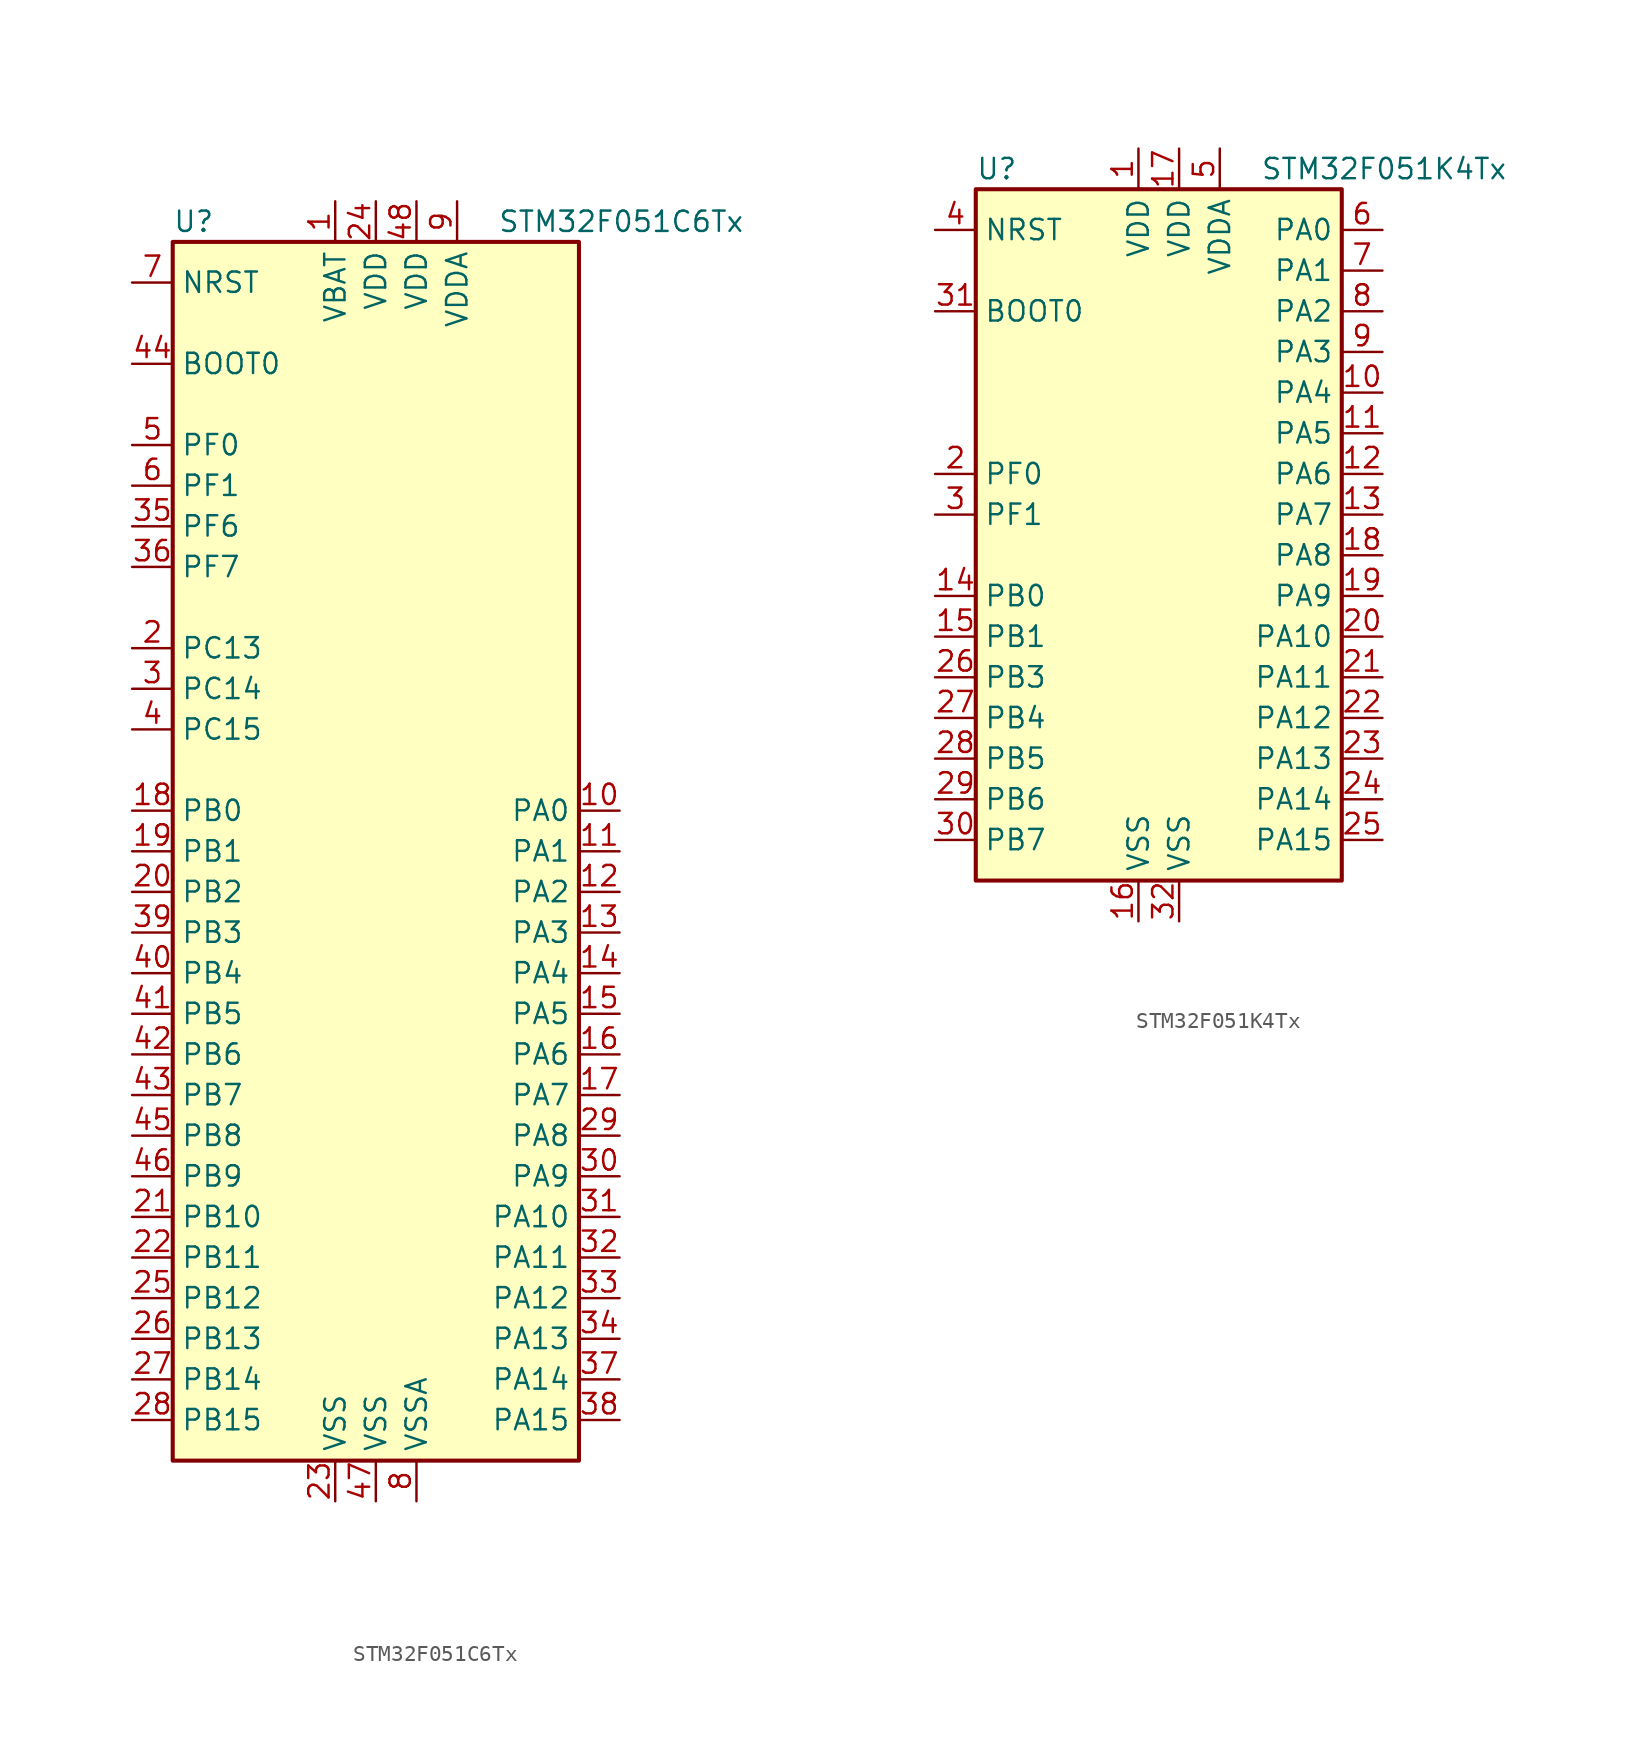
<source format=kicad_sym>
(kicad_symbol_lib
  (version 20201005)
  (generator kicad_symbol_editor)
  (symbol "STM32F051C6Tx"
    (property "Reference" "U"
      (at -12.7 39.37 0)
      (effects (font (size 1.27 1.27)) (justify left)))
    (property "Value" "STM32F051C6Tx"
      (at 7.62 39.37 0)
      (effects (font (size 1.27 1.27)) (justify left)))
    (symbol "STM32F051C6Tx_0_1"
      (rectangle (start -12.7 -38.1) (end 12.7 38.1) (stroke (width 0.254)) (fill (type background))))
    (symbol "STM32F051C6Tx_1_1"
      (pin input line (at -15.24 30.48 0) (length 2.54) (name "BOOT0" (effects (font (size 1.27 1.27)))) (number "44" (effects (font (size 1.27 1.27)))))
      (pin input line (at -15.24 35.56 0) (length 2.54) (name "NRST" (effects (font (size 1.27 1.27)))) (number "7" (effects (font (size 1.27 1.27)))))
      (pin bidirectional line (at 15.24 2.54 180) (length 2.54) (name "PA0" (effects (font (size 1.27 1.27)))) (number "10" (effects (font (size 1.27 1.27)))))
      (pin bidirectional line (at 15.24 0 180) (length 2.54) (name "PA1" (effects (font (size 1.27 1.27)))) (number "11" (effects (font (size 1.27 1.27)))))
      (pin bidirectional line (at 15.24 -22.86 180) (length 2.54) (name "PA10" (effects (font (size 1.27 1.27)))) (number "31" (effects (font (size 1.27 1.27)))))
      (pin bidirectional line (at 15.24 -25.4 180) (length 2.54) (name "PA11" (effects (font (size 1.27 1.27)))) (number "32" (effects (font (size 1.27 1.27)))))
      (pin bidirectional line (at 15.24 -27.94 180) (length 2.54) (name "PA12" (effects (font (size 1.27 1.27)))) (number "33" (effects (font (size 1.27 1.27)))))
      (pin bidirectional line (at 15.24 -30.48 180) (length 2.54) (name "PA13" (effects (font (size 1.27 1.27)))) (number "34" (effects (font (size 1.27 1.27)))))
      (pin bidirectional line (at 15.24 -33.02 180) (length 2.54) (name "PA14" (effects (font (size 1.27 1.27)))) (number "37" (effects (font (size 1.27 1.27)))))
      (pin bidirectional line (at 15.24 -35.56 180) (length 2.54) (name "PA15" (effects (font (size 1.27 1.27)))) (number "38" (effects (font (size 1.27 1.27)))))
      (pin bidirectional line (at 15.24 -2.54 180) (length 2.54) (name "PA2" (effects (font (size 1.27 1.27)))) (number "12" (effects (font (size 1.27 1.27)))))
      (pin bidirectional line (at 15.24 -5.08 180) (length 2.54) (name "PA3" (effects (font (size 1.27 1.27)))) (number "13" (effects (font (size 1.27 1.27)))))
      (pin bidirectional line (at 15.24 -7.62 180) (length 2.54) (name "PA4" (effects (font (size 1.27 1.27)))) (number "14" (effects (font (size 1.27 1.27)))))
      (pin bidirectional line (at 15.24 -10.16 180) (length 2.54) (name "PA5" (effects (font (size 1.27 1.27)))) (number "15" (effects (font (size 1.27 1.27)))))
      (pin bidirectional line (at 15.24 -12.7 180) (length 2.54) (name "PA6" (effects (font (size 1.27 1.27)))) (number "16" (effects (font (size 1.27 1.27)))))
      (pin bidirectional line (at 15.24 -15.24 180) (length 2.54) (name "PA7" (effects (font (size 1.27 1.27)))) (number "17" (effects (font (size 1.27 1.27)))))
      (pin bidirectional line (at 15.24 -17.78 180) (length 2.54) (name "PA8" (effects (font (size 1.27 1.27)))) (number "29" (effects (font (size 1.27 1.27)))))
      (pin bidirectional line (at 15.24 -20.32 180) (length 2.54) (name "PA9" (effects (font (size 1.27 1.27)))) (number "30" (effects (font (size 1.27 1.27)))))
      (pin bidirectional line (at -15.24 2.54 0) (length 2.54) (name "PB0" (effects (font (size 1.27 1.27)))) (number "18" (effects (font (size 1.27 1.27)))))
      (pin bidirectional line (at -15.24 0 0) (length 2.54) (name "PB1" (effects (font (size 1.27 1.27)))) (number "19" (effects (font (size 1.27 1.27)))))
      (pin bidirectional line (at -15.24 -22.86 0) (length 2.54) (name "PB10" (effects (font (size 1.27 1.27)))) (number "21" (effects (font (size 1.27 1.27)))))
      (pin bidirectional line (at -15.24 -25.4 0) (length 2.54) (name "PB11" (effects (font (size 1.27 1.27)))) (number "22" (effects (font (size 1.27 1.27)))))
      (pin bidirectional line (at -15.24 -27.94 0) (length 2.54) (name "PB12" (effects (font (size 1.27 1.27)))) (number "25" (effects (font (size 1.27 1.27)))))
      (pin bidirectional line (at -15.24 -30.48 0) (length 2.54) (name "PB13" (effects (font (size 1.27 1.27)))) (number "26" (effects (font (size 1.27 1.27)))))
      (pin bidirectional line (at -15.24 -33.02 0) (length 2.54) (name "PB14" (effects (font (size 1.27 1.27)))) (number "27" (effects (font (size 1.27 1.27)))))
      (pin bidirectional line (at -15.24 -35.56 0) (length 2.54) (name "PB15" (effects (font (size 1.27 1.27)))) (number "28" (effects (font (size 1.27 1.27)))))
      (pin bidirectional line (at -15.24 -2.54 0) (length 2.54) (name "PB2" (effects (font (size 1.27 1.27)))) (number "20" (effects (font (size 1.27 1.27)))))
      (pin bidirectional line (at -15.24 -5.08 0) (length 2.54) (name "PB3" (effects (font (size 1.27 1.27)))) (number "39" (effects (font (size 1.27 1.27)))))
      (pin bidirectional line (at -15.24 -7.62 0) (length 2.54) (name "PB4" (effects (font (size 1.27 1.27)))) (number "40" (effects (font (size 1.27 1.27)))))
      (pin bidirectional line (at -15.24 -10.16 0) (length 2.54) (name "PB5" (effects (font (size 1.27 1.27)))) (number "41" (effects (font (size 1.27 1.27)))))
      (pin bidirectional line (at -15.24 -12.7 0) (length 2.54) (name "PB6" (effects (font (size 1.27 1.27)))) (number "42" (effects (font (size 1.27 1.27)))))
      (pin bidirectional line (at -15.24 -15.24 0) (length 2.54) (name "PB7" (effects (font (size 1.27 1.27)))) (number "43" (effects (font (size 1.27 1.27)))))
      (pin bidirectional line (at -15.24 -17.78 0) (length 2.54) (name "PB8" (effects (font (size 1.27 1.27)))) (number "45" (effects (font (size 1.27 1.27)))))
      (pin bidirectional line (at -15.24 -20.32 0) (length 2.54) (name "PB9" (effects (font (size 1.27 1.27)))) (number "46" (effects (font (size 1.27 1.27)))))
      (pin bidirectional line (at -15.24 12.7 0) (length 2.54) (name "PC13" (effects (font (size 1.27 1.27)))) (number "2" (effects (font (size 1.27 1.27)))))
      (pin bidirectional line (at -15.24 10.16 0) (length 2.54) (name "PC14" (effects (font (size 1.27 1.27)))) (number "3" (effects (font (size 1.27 1.27)))))
      (pin bidirectional line (at -15.24 7.62 0) (length 2.54) (name "PC15" (effects (font (size 1.27 1.27)))) (number "4" (effects (font (size 1.27 1.27)))))
      (pin input line (at -15.24 25.4 0) (length 2.54) (name "PF0" (effects (font (size 1.27 1.27)))) (number "5" (effects (font (size 1.27 1.27)))))
      (pin input line (at -15.24 22.86 0) (length 2.54) (name "PF1" (effects (font (size 1.27 1.27)))) (number "6" (effects (font (size 1.27 1.27)))))
      (pin bidirectional line (at -15.24 20.32 0) (length 2.54) (name "PF6" (effects (font (size 1.27 1.27)))) (number "35" (effects (font (size 1.27 1.27)))))
      (pin bidirectional line (at -15.24 17.78 0) (length 2.54) (name "PF7" (effects (font (size 1.27 1.27)))) (number "36" (effects (font (size 1.27 1.27)))))
      (pin power_in line (at -2.54 40.64 270) (length 2.54) (name "VBAT" (effects (font (size 1.27 1.27)))) (number "1" (effects (font (size 1.27 1.27)))))
      (pin power_in line (at 0 40.64 270) (length 2.54) (name "VDD" (effects (font (size 1.27 1.27)))) (number "24" (effects (font (size 1.27 1.27)))))
      (pin power_in line (at 2.54 40.64 270) (length 2.54) (name "VDD" (effects (font (size 1.27 1.27)))) (number "48" (effects (font (size 1.27 1.27)))))
      (pin power_in line (at 5.08 40.64 270) (length 2.54) (name "VDDA" (effects (font (size 1.27 1.27)))) (number "9" (effects (font (size 1.27 1.27)))))
      (pin power_in line (at -2.54 -40.64 90) (length 2.54) (name "VSS" (effects (font (size 1.27 1.27)))) (number "23" (effects (font (size 1.27 1.27)))))
      (pin power_in line (at 0 -40.64 90) (length 2.54) (name "VSS" (effects (font (size 1.27 1.27)))) (number "47" (effects (font (size 1.27 1.27)))))
      (pin power_in line (at 2.54 -40.64 90) (length 2.54) (name "VSSA" (effects (font (size 1.27 1.27)))) (number "8" (effects (font (size 1.27 1.27)))))))
  (symbol "STM32F051K4Tx"
    (property "Reference" "U"
      (at -12.7 21.59 0)
      (effects (font (size 1.27 1.27)) (justify left)))
    (property "Value" "STM32F051K4Tx"
      (at 5.08 21.59 0)
      (effects (font (size 1.27 1.27)) (justify left)))
    (symbol "STM32F051K4Tx_0_1"
      (rectangle (start -12.7 -22.86) (end 10.16 20.32) (stroke (width 0.254)) (fill (type background))))
    (symbol "STM32F051K4Tx_1_1"
      (pin input line (at -15.24 12.7 0) (length 2.54) (name "BOOT0" (effects (font (size 1.27 1.27)))) (number "31" (effects (font (size 1.27 1.27)))))
      (pin input line (at -15.24 17.78 0) (length 2.54) (name "NRST" (effects (font (size 1.27 1.27)))) (number "4" (effects (font (size 1.27 1.27)))))
      (pin bidirectional line (at 12.7 17.78 180) (length 2.54) (name "PA0" (effects (font (size 1.27 1.27)))) (number "6" (effects (font (size 1.27 1.27)))))
      (pin bidirectional line (at 12.7 15.24 180) (length 2.54) (name "PA1" (effects (font (size 1.27 1.27)))) (number "7" (effects (font (size 1.27 1.27)))))
      (pin bidirectional line (at 12.7 -7.62 180) (length 2.54) (name "PA10" (effects (font (size 1.27 1.27)))) (number "20" (effects (font (size 1.27 1.27)))))
      (pin bidirectional line (at 12.7 -10.16 180) (length 2.54) (name "PA11" (effects (font (size 1.27 1.27)))) (number "21" (effects (font (size 1.27 1.27)))))
      (pin bidirectional line (at 12.7 -12.7 180) (length 2.54) (name "PA12" (effects (font (size 1.27 1.27)))) (number "22" (effects (font (size 1.27 1.27)))))
      (pin bidirectional line (at 12.7 -15.24 180) (length 2.54) (name "PA13" (effects (font (size 1.27 1.27)))) (number "23" (effects (font (size 1.27 1.27)))))
      (pin bidirectional line (at 12.7 -17.78 180) (length 2.54) (name "PA14" (effects (font (size 1.27 1.27)))) (number "24" (effects (font (size 1.27 1.27)))))
      (pin bidirectional line (at 12.7 -20.32 180) (length 2.54) (name "PA15" (effects (font (size 1.27 1.27)))) (number "25" (effects (font (size 1.27 1.27)))))
      (pin bidirectional line (at 12.7 12.7 180) (length 2.54) (name "PA2" (effects (font (size 1.27 1.27)))) (number "8" (effects (font (size 1.27 1.27)))))
      (pin bidirectional line (at 12.7 10.16 180) (length 2.54) (name "PA3" (effects (font (size 1.27 1.27)))) (number "9" (effects (font (size 1.27 1.27)))))
      (pin bidirectional line (at 12.7 7.62 180) (length 2.54) (name "PA4" (effects (font (size 1.27 1.27)))) (number "10" (effects (font (size 1.27 1.27)))))
      (pin bidirectional line (at 12.7 5.08 180) (length 2.54) (name "PA5" (effects (font (size 1.27 1.27)))) (number "11" (effects (font (size 1.27 1.27)))))
      (pin bidirectional line (at 12.7 2.54 180) (length 2.54) (name "PA6" (effects (font (size 1.27 1.27)))) (number "12" (effects (font (size 1.27 1.27)))))
      (pin bidirectional line (at 12.7 0 180) (length 2.54) (name "PA7" (effects (font (size 1.27 1.27)))) (number "13" (effects (font (size 1.27 1.27)))))
      (pin bidirectional line (at 12.7 -2.54 180) (length 2.54) (name "PA8" (effects (font (size 1.27 1.27)))) (number "18" (effects (font (size 1.27 1.27)))))
      (pin bidirectional line (at 12.7 -5.08 180) (length 2.54) (name "PA9" (effects (font (size 1.27 1.27)))) (number "19" (effects (font (size 1.27 1.27)))))
      (pin bidirectional line (at -15.24 -5.08 0) (length 2.54) (name "PB0" (effects (font (size 1.27 1.27)))) (number "14" (effects (font (size 1.27 1.27)))))
      (pin bidirectional line (at -15.24 -7.62 0) (length 2.54) (name "PB1" (effects (font (size 1.27 1.27)))) (number "15" (effects (font (size 1.27 1.27)))))
      (pin bidirectional line (at -15.24 -10.16 0) (length 2.54) (name "PB3" (effects (font (size 1.27 1.27)))) (number "26" (effects (font (size 1.27 1.27)))))
      (pin bidirectional line (at -15.24 -12.7 0) (length 2.54) (name "PB4" (effects (font (size 1.27 1.27)))) (number "27" (effects (font (size 1.27 1.27)))))
      (pin bidirectional line (at -15.24 -15.24 0) (length 2.54) (name "PB5" (effects (font (size 1.27 1.27)))) (number "28" (effects (font (size 1.27 1.27)))))
      (pin bidirectional line (at -15.24 -17.78 0) (length 2.54) (name "PB6" (effects (font (size 1.27 1.27)))) (number "29" (effects (font (size 1.27 1.27)))))
      (pin bidirectional line (at -15.24 -20.32 0) (length 2.54) (name "PB7" (effects (font (size 1.27 1.27)))) (number "30" (effects (font (size 1.27 1.27)))))
      (pin input line (at -15.24 2.54 0) (length 2.54) (name "PF0" (effects (font (size 1.27 1.27)))) (number "2" (effects (font (size 1.27 1.27)))))
      (pin input line (at -15.24 0 0) (length 2.54) (name "PF1" (effects (font (size 1.27 1.27)))) (number "3" (effects (font (size 1.27 1.27)))))
      (pin power_in line (at -2.54 22.86 270) (length 2.54) (name "VDD" (effects (font (size 1.27 1.27)))) (number "1" (effects (font (size 1.27 1.27)))))
      (pin power_in line (at 0 22.86 270) (length 2.54) (name "VDD" (effects (font (size 1.27 1.27)))) (number "17" (effects (font (size 1.27 1.27)))))
      (pin power_in line (at 2.54 22.86 270) (length 2.54) (name "VDDA" (effects (font (size 1.27 1.27)))) (number "5" (effects (font (size 1.27 1.27)))))
      (pin power_in line (at -2.54 -25.4 90) (length 2.54) (name "VSS" (effects (font (size 1.27 1.27)))) (number "16" (effects (font (size 1.27 1.27)))))
      (pin power_in line (at 0 -25.4 90) (length 2.54) (name "VSS" (effects (font (size 1.27 1.27)))) (number "32" (effects (font (size 1.27 1.27))))))))
</source>
